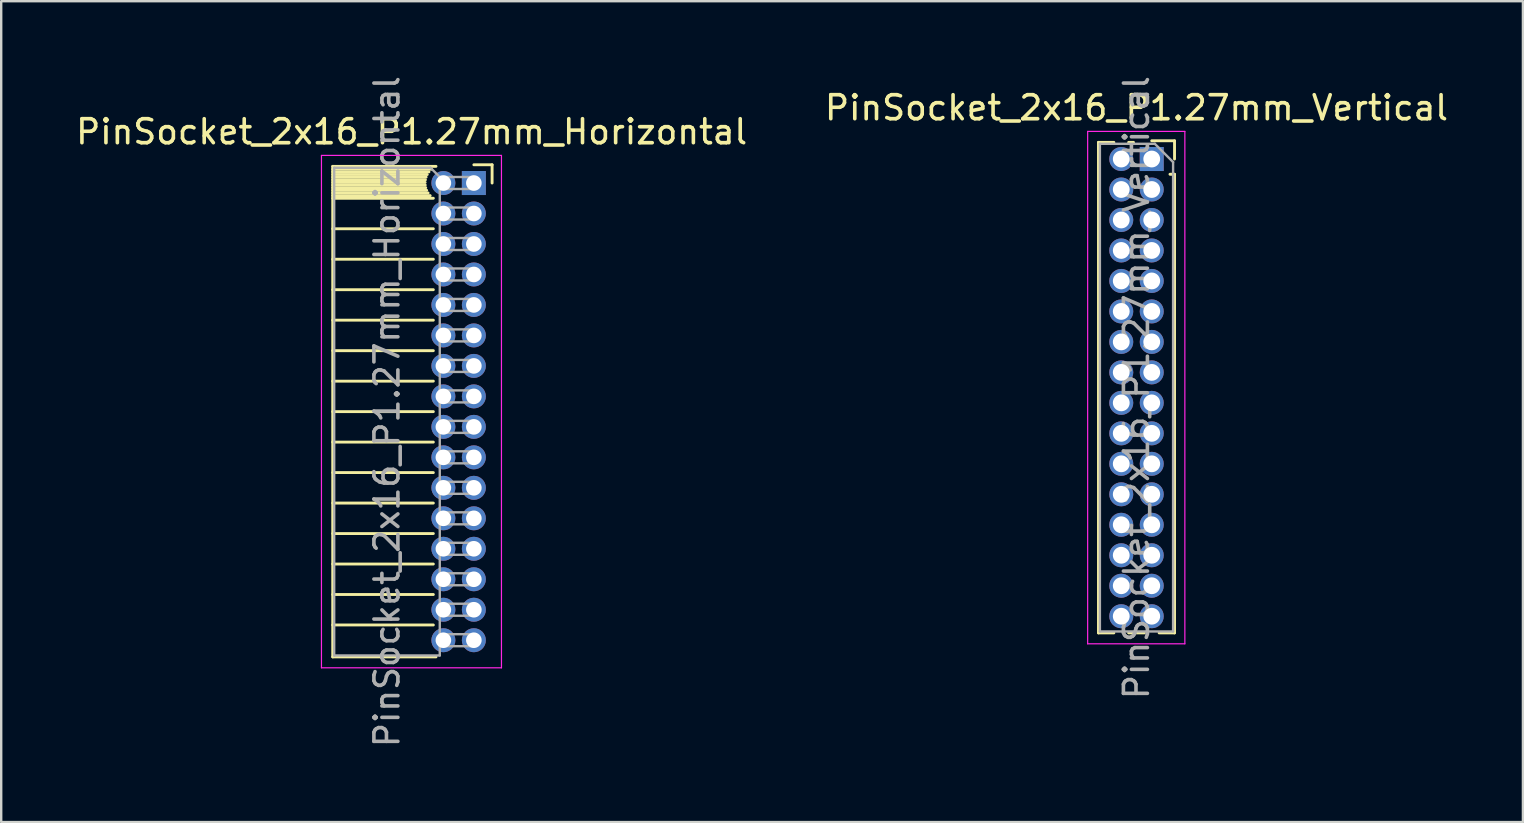
<source format=kicad_pcb>
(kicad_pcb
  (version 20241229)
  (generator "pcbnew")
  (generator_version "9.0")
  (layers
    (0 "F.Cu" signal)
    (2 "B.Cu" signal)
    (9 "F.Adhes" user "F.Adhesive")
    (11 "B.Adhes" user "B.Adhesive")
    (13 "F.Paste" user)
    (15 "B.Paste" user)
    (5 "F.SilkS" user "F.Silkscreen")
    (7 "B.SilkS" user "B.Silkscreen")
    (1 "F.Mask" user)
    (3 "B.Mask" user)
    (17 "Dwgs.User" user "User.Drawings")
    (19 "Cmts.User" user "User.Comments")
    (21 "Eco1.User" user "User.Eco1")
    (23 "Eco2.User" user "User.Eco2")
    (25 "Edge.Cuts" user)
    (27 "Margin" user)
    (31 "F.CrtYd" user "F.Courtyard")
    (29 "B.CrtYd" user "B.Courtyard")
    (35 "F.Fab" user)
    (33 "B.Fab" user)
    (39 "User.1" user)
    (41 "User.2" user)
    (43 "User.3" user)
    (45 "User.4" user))
  (footprint "PinSocket_2x16_P1.27mm_Horizontal"
    (layer "F.Cu")
    (at 16.694 4.576)
    (property "Reference" "PinSocket_2x16_P1.27mm_Horizontal" (at -2.592 -2.135 0) (layer "F.SilkS") (effects (font (size 1 1) (thickness 0.15))))
    (attr through_hole)
    (fp_line (start -5.88 -0.695) (end -5.88 19.745) (stroke (width 0.12) (type solid)) (layer "F.SilkS"))
    (fp_line (start -5.88 -0.695) (end -1.578 -0.695) (stroke (width 0.12) (type solid)) (layer "F.SilkS"))
    (fp_line (start -5.88 -0.575) (end -1.767 -0.575) (stroke (width 0.12) (type solid)) (layer "F.SilkS"))
    (fp_line (start -5.88 -0.465) (end -1.871 -0.465) (stroke (width 0.12) (type solid)) (layer "F.SilkS"))
    (fp_line (start -5.88 -0.355) (end -1.942 -0.355) (stroke (width 0.12) (type solid)) (layer "F.SilkS"))
    (fp_line (start -5.88 -0.245) (end -1.989 -0.245) (stroke (width 0.12) (type solid)) (layer "F.SilkS"))
    (fp_line (start -5.88 -0.135) (end -2.018 -0.135) (stroke (width 0.12) (type solid)) (layer "F.SilkS"))
    (fp_line (start -5.88 -0.025) (end -2.03 -0.025) (stroke (width 0.12) (type solid)) (layer "F.SilkS"))
    (fp_line (start -5.88 0.085) (end -2.025 0.085) (stroke (width 0.12) (type solid)) (layer "F.SilkS"))
    (fp_line (start -5.88 0.195) (end -2.005 0.195) (stroke (width 0.12) (type solid)) (layer "F.SilkS"))
    (fp_line (start -5.88 0.305) (end -1.966 0.305) (stroke (width 0.12) (type solid)) (layer "F.SilkS"))
    (fp_line (start -5.88 0.415) (end -1.907 0.415) (stroke (width 0.12) (type solid)) (layer "F.SilkS"))
    (fp_line (start -5.88 0.525) (end -1.82 0.525) (stroke (width 0.12) (type solid)) (layer "F.SilkS"))
    (fp_line (start -5.88 0.635) (end -1.688 0.635) (stroke (width 0.12) (type solid)) (layer "F.SilkS"))
    (fp_line (start -5.88 1.905) (end -1.688 1.905) (stroke (width 0.12) (type solid)) (layer "F.SilkS"))
    (fp_line (start -5.88 3.175) (end -1.688 3.175) (stroke (width 0.12) (type solid)) (layer "F.SilkS"))
    (fp_line (start -5.88 4.445) (end -1.688 4.445) (stroke (width 0.12) (type solid)) (layer "F.SilkS"))
    (fp_line (start -5.88 5.715) (end -1.688 5.715) (stroke (width 0.12) (type solid)) (layer "F.SilkS"))
    (fp_line (start -5.88 6.985) (end -1.688 6.985) (stroke (width 0.12) (type solid)) (layer "F.SilkS"))
    (fp_line (start -5.88 8.255) (end -1.688 8.255) (stroke (width 0.12) (type solid)) (layer "F.SilkS"))
    (fp_line (start -5.88 9.525) (end -1.688 9.525) (stroke (width 0.12) (type solid)) (layer "F.SilkS"))
    (fp_line (start -5.88 10.795) (end -1.688 10.795) (stroke (width 0.12) (type solid)) (layer "F.SilkS"))
    (fp_line (start -5.88 12.065) (end -1.688 12.065) (stroke (width 0.12) (type solid)) (layer "F.SilkS"))
    (fp_line (start -5.88 13.335) (end -1.688 13.335) (stroke (width 0.12) (type solid)) (layer "F.SilkS"))
    (fp_line (start -5.88 14.605) (end -1.688 14.605) (stroke (width 0.12) (type solid)) (layer "F.SilkS"))
    (fp_line (start -5.88 15.875) (end -1.688 15.875) (stroke (width 0.12) (type solid)) (layer "F.SilkS"))
    (fp_line (start -5.88 17.145) (end -1.688 17.145) (stroke (width 0.12) (type solid)) (layer "F.SilkS"))
    (fp_line (start -5.88 18.415) (end -1.688 18.415) (stroke (width 0.12) (type solid)) (layer "F.SilkS"))
    (fp_line (start -5.88 19.745) (end -1.578 19.745) (stroke (width 0.12) (type solid)) (layer "F.SilkS"))
    (fp_line (start 0 -0.76) (end 0.76 -0.76) (stroke (width 0.12) (type solid)) (layer "F.SilkS"))
    (fp_line (start 0.76 -0.76) (end 0.76 0) (stroke (width 0.12) (type solid)) (layer "F.SilkS"))
    (fp_line (start -6.35 -1.15) (end -6.35 20.2) (stroke (width 0.05) (type solid)) (layer "F.CrtYd"))
    (fp_line (start -6.35 20.2) (end 1.15 20.2) (stroke (width 0.05) (type solid)) (layer "F.CrtYd"))
    (fp_line (start 1.15 -1.15) (end -6.35 -1.15) (stroke (width 0.05) (type solid)) (layer "F.CrtYd"))
    (fp_line (start 1.15 20.2) (end 1.15 -1.15) (stroke (width 0.05) (type solid)) (layer "F.CrtYd"))
    (fp_line (start -5.82 -0.635) (end -1.805 -0.635) (stroke (width 0.1) (type solid)) (layer "F.Fab"))
    (fp_line (start -5.82 19.685) (end -5.82 -0.635) (stroke (width 0.1) (type solid)) (layer "F.Fab"))
    (fp_line (start -1.805 -0.635) (end -1.42 -0.25) (stroke (width 0.1) (type solid)) (layer "F.Fab"))
    (fp_line (start -1.42 -0.25) (end -1.42 19.685) (stroke (width 0.1) (type solid)) (layer "F.Fab"))
    (fp_line (start -1.42 0.25) (end 0 0.25) (stroke (width 0.1) (type solid)) (layer "F.Fab"))
    (fp_line (start -1.42 1.52) (end 0 1.52) (stroke (width 0.1) (type solid)) (layer "F.Fab"))
    (fp_line (start -1.42 2.79) (end 0 2.79) (stroke (width 0.1) (type solid)) (layer "F.Fab"))
    (fp_line (start -1.42 4.06) (end 0 4.06) (stroke (width 0.1) (type solid)) (layer "F.Fab"))
    (fp_line (start -1.42 5.33) (end 0 5.33) (stroke (width 0.1) (type solid)) (layer "F.Fab"))
    (fp_line (start -1.42 6.6) (end 0 6.6) (stroke (width 0.1) (type solid)) (layer "F.Fab"))
    (fp_line (start -1.42 7.87) (end 0 7.87) (stroke (width 0.1) (type solid)) (layer "F.Fab"))
    (fp_line (start -1.42 9.14) (end 0 9.14) (stroke (width 0.1) (type solid)) (layer "F.Fab"))
    (fp_line (start -1.42 10.41) (end 0 10.41) (stroke (width 0.1) (type solid)) (layer "F.Fab"))
    (fp_line (start -1.42 11.68) (end 0 11.68) (stroke (width 0.1) (type solid)) (layer "F.Fab"))
    (fp_line (start -1.42 12.95) (end 0 12.95) (stroke (width 0.1) (type solid)) (layer "F.Fab"))
    (fp_line (start -1.42 14.22) (end 0 14.22) (stroke (width 0.1) (type solid)) (layer "F.Fab"))
    (fp_line (start -1.42 15.49) (end 0 15.49) (stroke (width 0.1) (type solid)) (layer "F.Fab"))
    (fp_line (start -1.42 16.76) (end 0 16.76) (stroke (width 0.1) (type solid)) (layer "F.Fab"))
    (fp_line (start -1.42 18.03) (end 0 18.03) (stroke (width 0.1) (type solid)) (layer "F.Fab"))
    (fp_line (start -1.42 19.3) (end 0 19.3) (stroke (width 0.1) (type solid)) (layer "F.Fab"))
    (fp_line (start -1.42 19.685) (end -5.82 19.685) (stroke (width 0.1) (type solid)) (layer "F.Fab"))
    (fp_line (start 0 -0.25) (end -1.42 -0.25) (stroke (width 0.1) (type solid)) (layer "F.Fab"))
    (fp_line (start 0 0.25) (end 0 -0.25) (stroke (width 0.1) (type solid)) (layer "F.Fab"))
    (fp_line (start 0 1.02) (end -1.42 1.02) (stroke (width 0.1) (type solid)) (layer "F.Fab"))
    (fp_line (start 0 1.52) (end 0 1.02) (stroke (width 0.1) (type solid)) (layer "F.Fab"))
    (fp_line (start 0 2.29) (end -1.42 2.29) (stroke (width 0.1) (type solid)) (layer "F.Fab"))
    (fp_line (start 0 2.79) (end 0 2.29) (stroke (width 0.1) (type solid)) (layer "F.Fab"))
    (fp_line (start 0 3.56) (end -1.42 3.56) (stroke (width 0.1) (type solid)) (layer "F.Fab"))
    (fp_line (start 0 4.06) (end 0 3.56) (stroke (width 0.1) (type solid)) (layer "F.Fab"))
    (fp_line (start 0 4.83) (end -1.42 4.83) (stroke (width 0.1) (type solid)) (layer "F.Fab"))
    (fp_line (start 0 5.33) (end 0 4.83) (stroke (width 0.1) (type solid)) (layer "F.Fab"))
    (fp_line (start 0 6.1) (end -1.42 6.1) (stroke (width 0.1) (type solid)) (layer "F.Fab"))
    (fp_line (start 0 6.6) (end 0 6.1) (stroke (width 0.1) (type solid)) (layer "F.Fab"))
    (fp_line (start 0 7.37) (end -1.42 7.37) (stroke (width 0.1) (type solid)) (layer "F.Fab"))
    (fp_line (start 0 7.87) (end 0 7.37) (stroke (width 0.1) (type solid)) (layer "F.Fab"))
    (fp_line (start 0 8.64) (end -1.42 8.64) (stroke (width 0.1) (type solid)) (layer "F.Fab"))
    (fp_line (start 0 9.14) (end 0 8.64) (stroke (width 0.1) (type solid)) (layer "F.Fab"))
    (fp_line (start 0 9.91) (end -1.42 9.91) (stroke (width 0.1) (type solid)) (layer "F.Fab"))
    (fp_line (start 0 10.41) (end 0 9.91) (stroke (width 0.1) (type solid)) (layer "F.Fab"))
    (fp_line (start 0 11.18) (end -1.42 11.18) (stroke (width 0.1) (type solid)) (layer "F.Fab"))
    (fp_line (start 0 11.68) (end 0 11.18) (stroke (width 0.1) (type solid)) (layer "F.Fab"))
    (fp_line (start 0 12.45) (end -1.42 12.45) (stroke (width 0.1) (type solid)) (layer "F.Fab"))
    (fp_line (start 0 12.95) (end 0 12.45) (stroke (width 0.1) (type solid)) (layer "F.Fab"))
    (fp_line (start 0 13.72) (end -1.42 13.72) (stroke (width 0.1) (type solid)) (layer "F.Fab"))
    (fp_line (start 0 14.22) (end 0 13.72) (stroke (width 0.1) (type solid)) (layer "F.Fab"))
    (fp_line (start 0 14.99) (end -1.42 14.99) (stroke (width 0.1) (type solid)) (layer "F.Fab"))
    (fp_line (start 0 15.49) (end 0 14.99) (stroke (width 0.1) (type solid)) (layer "F.Fab"))
    (fp_line (start 0 16.26) (end -1.42 16.26) (stroke (width 0.1) (type solid)) (layer "F.Fab"))
    (fp_line (start 0 16.76) (end 0 16.26) (stroke (width 0.1) (type solid)) (layer "F.Fab"))
    (fp_line (start 0 17.53) (end -1.42 17.53) (stroke (width 0.1) (type solid)) (layer "F.Fab"))
    (fp_line (start 0 18.03) (end 0 17.53) (stroke (width 0.1) (type solid)) (layer "F.Fab"))
    (fp_line (start 0 18.8) (end -1.42 18.8) (stroke (width 0.1) (type solid)) (layer "F.Fab"))
    (fp_line (start 0 19.3) (end 0 18.8) (stroke (width 0.1) (type solid)) (layer "F.Fab"))
    (fp_text user "${REFERENCE}" (at -3.62 9.525 90) (layer "F.Fab") (effects (font (size 1 1) (thickness 0.15))))
    (pad "1" thru_hole rect (at 0 0) (size 1 1) (drill 0.65) (layers "*.Cu" "*.Mask"))
    (pad "2" thru_hole circle (at -1.27 0) (size 1 1) (drill 0.65) (layers "*.Cu" "*.Mask"))
    (pad "3" thru_hole circle (at 0 1.27) (size 1 1) (drill 0.65) (layers "*.Cu" "*.Mask"))
    (pad "4" thru_hole circle (at -1.27 1.27) (size 1 1) (drill 0.65) (layers "*.Cu" "*.Mask"))
    (pad "5" thru_hole circle (at 0 2.54) (size 1 1) (drill 0.65) (layers "*.Cu" "*.Mask"))
    (pad "6" thru_hole circle (at -1.27 2.54) (size 1 1) (drill 0.65) (layers "*.Cu" "*.Mask"))
    (pad "7" thru_hole circle (at 0 3.81) (size 1 1) (drill 0.65) (layers "*.Cu" "*.Mask"))
    (pad "8" thru_hole circle (at -1.27 3.81) (size 1 1) (drill 0.65) (layers "*.Cu" "*.Mask"))
    (pad "9" thru_hole circle (at 0 5.08) (size 1 1) (drill 0.65) (layers "*.Cu" "*.Mask"))
    (pad "10" thru_hole circle (at -1.27 5.08) (size 1 1) (drill 0.65) (layers "*.Cu" "*.Mask"))
    (pad "11" thru_hole circle (at 0 6.35) (size 1 1) (drill 0.65) (layers "*.Cu" "*.Mask"))
    (pad "12" thru_hole circle (at -1.27 6.35) (size 1 1) (drill 0.65) (layers "*.Cu" "*.Mask"))
    (pad "13" thru_hole circle (at 0 7.62) (size 1 1) (drill 0.65) (layers "*.Cu" "*.Mask"))
    (pad "14" thru_hole circle (at -1.27 7.62) (size 1 1) (drill 0.65) (layers "*.Cu" "*.Mask"))
    (pad "15" thru_hole circle (at 0 8.89) (size 1 1) (drill 0.65) (layers "*.Cu" "*.Mask"))
    (pad "16" thru_hole circle (at -1.27 8.89) (size 1 1) (drill 0.65) (layers "*.Cu" "*.Mask"))
    (pad "17" thru_hole circle (at 0 10.16) (size 1 1) (drill 0.65) (layers "*.Cu" "*.Mask"))
    (pad "18" thru_hole circle (at -1.27 10.16) (size 1 1) (drill 0.65) (layers "*.Cu" "*.Mask"))
    (pad "19" thru_hole circle (at 0 11.43) (size 1 1) (drill 0.65) (layers "*.Cu" "*.Mask"))
    (pad "20" thru_hole circle (at -1.27 11.43) (size 1 1) (drill 0.65) (layers "*.Cu" "*.Mask"))
    (pad "21" thru_hole circle (at 0 12.7) (size 1 1) (drill 0.65) (layers "*.Cu" "*.Mask"))
    (pad "22" thru_hole circle (at -1.27 12.7) (size 1 1) (drill 0.65) (layers "*.Cu" "*.Mask"))
    (pad "23" thru_hole circle (at 0 13.97) (size 1 1) (drill 0.65) (layers "*.Cu" "*.Mask"))
    (pad "24" thru_hole circle (at -1.27 13.97) (size 1 1) (drill 0.65) (layers "*.Cu" "*.Mask"))
    (pad "25" thru_hole circle (at 0 15.24) (size 1 1) (drill 0.65) (layers "*.Cu" "*.Mask"))
    (pad "26" thru_hole circle (at -1.27 15.24) (size 1 1) (drill 0.65) (layers "*.Cu" "*.Mask"))
    (pad "27" thru_hole circle (at 0 16.51) (size 1 1) (drill 0.65) (layers "*.Cu" "*.Mask"))
    (pad "28" thru_hole circle (at -1.27 16.51) (size 1 1) (drill 0.65) (layers "*.Cu" "*.Mask"))
    (pad "29" thru_hole circle (at 0 17.78) (size 1 1) (drill 0.65) (layers "*.Cu" "*.Mask"))
    (pad "30" thru_hole circle (at -1.27 17.78) (size 1 1) (drill 0.65) (layers "*.Cu" "*.Mask"))
    (pad "31" thru_hole circle (at 0 19.05) (size 1 1) (drill 0.65) (layers "*.Cu" "*.Mask"))
    (pad "32" thru_hole circle (at -1.27 19.05) (size 1 1) (drill 0.65) (layers "*.Cu" "*.Mask")))
  (footprint "PinSocket_2x16_P1.27mm_Vertical"
    (layer "F.Cu")
    (at 44.939 3.576)
    (property "Reference" "PinSocket_2x16_P1.27mm_Vertical" (at -0.635 -2.135 0) (layer "F.SilkS") (effects (font (size 1 1) (thickness 0.15))))
    (attr through_hole)
    (fp_line (start -2.22 -0.695) (end -2.22 19.745) (stroke (width 0.12) (type solid)) (layer "F.SilkS"))
    (fp_line (start -2.22 -0.695) (end -1.578 -0.695) (stroke (width 0.12) (type solid)) (layer "F.SilkS"))
    (fp_line (start -2.22 19.745) (end -1.578 19.745) (stroke (width 0.12) (type solid)) (layer "F.SilkS"))
    (fp_line (start -0.962 -0.695) (end -0.76 -0.695) (stroke (width 0.12) (type solid)) (layer "F.SilkS"))
    (fp_line (start -0.962 19.745) (end -0.308 19.745) (stroke (width 0.12) (type solid)) (layer "F.SilkS"))
    (fp_line (start 0 -0.76) (end 0.95 -0.76) (stroke (width 0.12) (type solid)) (layer "F.SilkS"))
    (fp_line (start 0.308 19.745) (end 0.95 19.745) (stroke (width 0.12) (type solid)) (layer "F.SilkS"))
    (fp_line (start 0.76 0.635) (end 0.95 0.635) (stroke (width 0.12) (type solid)) (layer "F.SilkS"))
    (fp_line (start 0.95 -0.76) (end 0.95 0) (stroke (width 0.12) (type solid)) (layer "F.SilkS"))
    (fp_line (start 0.95 0.635) (end 0.95 19.745) (stroke (width 0.12) (type solid)) (layer "F.SilkS"))
    (fp_line (start -2.67 -1.15) (end 1.38 -1.15) (stroke (width 0.05) (type solid)) (layer "F.CrtYd"))
    (fp_line (start -2.67 20.2) (end -2.67 -1.15) (stroke (width 0.05) (type solid)) (layer "F.CrtYd"))
    (fp_line (start 1.38 -1.15) (end 1.38 20.2) (stroke (width 0.05) (type solid)) (layer "F.CrtYd"))
    (fp_line (start 1.38 20.2) (end -2.67 20.2) (stroke (width 0.05) (type solid)) (layer "F.CrtYd"))
    (fp_line (start -2.16 -0.635) (end 0.128 -0.635) (stroke (width 0.1) (type solid)) (layer "F.Fab"))
    (fp_line (start -2.16 19.685) (end -2.16 -0.635) (stroke (width 0.1) (type solid)) (layer "F.Fab"))
    (fp_line (start 0.128 -0.635) (end 0.89 0.128) (stroke (width 0.1) (type solid)) (layer "F.Fab"))
    (fp_line (start 0.89 0.128) (end 0.89 19.685) (stroke (width 0.1) (type solid)) (layer "F.Fab"))
    (fp_line (start 0.89 19.685) (end -2.16 19.685) (stroke (width 0.1) (type solid)) (layer "F.Fab"))
    (fp_text user "${REFERENCE}" (at -0.635 9.525 90) (layer "F.Fab") (effects (font (size 1 1) (thickness 0.15))))
    (pad "1" thru_hole rect (at 0 0) (size 1 1) (drill 0.7) (layers "*.Cu" "*.Mask"))
    (pad "2" thru_hole circle (at -1.27 0) (size 1 1) (drill 0.7) (layers "*.Cu" "*.Mask"))
    (pad "3" thru_hole circle (at 0 1.27) (size 1 1) (drill 0.7) (layers "*.Cu" "*.Mask"))
    (pad "4" thru_hole circle (at -1.27 1.27) (size 1 1) (drill 0.7) (layers "*.Cu" "*.Mask"))
    (pad "5" thru_hole circle (at 0 2.54) (size 1 1) (drill 0.7) (layers "*.Cu" "*.Mask"))
    (pad "6" thru_hole circle (at -1.27 2.54) (size 1 1) (drill 0.7) (layers "*.Cu" "*.Mask"))
    (pad "7" thru_hole circle (at 0 3.81) (size 1 1) (drill 0.7) (layers "*.Cu" "*.Mask"))
    (pad "8" thru_hole circle (at -1.27 3.81) (size 1 1) (drill 0.7) (layers "*.Cu" "*.Mask"))
    (pad "9" thru_hole circle (at 0 5.08) (size 1 1) (drill 0.7) (layers "*.Cu" "*.Mask"))
    (pad "10" thru_hole circle (at -1.27 5.08) (size 1 1) (drill 0.7) (layers "*.Cu" "*.Mask"))
    (pad "11" thru_hole circle (at 0 6.35) (size 1 1) (drill 0.7) (layers "*.Cu" "*.Mask"))
    (pad "12" thru_hole circle (at -1.27 6.35) (size 1 1) (drill 0.7) (layers "*.Cu" "*.Mask"))
    (pad "13" thru_hole circle (at 0 7.62) (size 1 1) (drill 0.7) (layers "*.Cu" "*.Mask"))
    (pad "14" thru_hole circle (at -1.27 7.62) (size 1 1) (drill 0.7) (layers "*.Cu" "*.Mask"))
    (pad "15" thru_hole circle (at 0 8.89) (size 1 1) (drill 0.7) (layers "*.Cu" "*.Mask"))
    (pad "16" thru_hole circle (at -1.27 8.89) (size 1 1) (drill 0.7) (layers "*.Cu" "*.Mask"))
    (pad "17" thru_hole circle (at 0 10.16) (size 1 1) (drill 0.7) (layers "*.Cu" "*.Mask"))
    (pad "18" thru_hole circle (at -1.27 10.16) (size 1 1) (drill 0.7) (layers "*.Cu" "*.Mask"))
    (pad "19" thru_hole circle (at 0 11.43) (size 1 1) (drill 0.7) (layers "*.Cu" "*.Mask"))
    (pad "20" thru_hole circle (at -1.27 11.43) (size 1 1) (drill 0.7) (layers "*.Cu" "*.Mask"))
    (pad "21" thru_hole circle (at 0 12.7) (size 1 1) (drill 0.7) (layers "*.Cu" "*.Mask"))
    (pad "22" thru_hole circle (at -1.27 12.7) (size 1 1) (drill 0.7) (layers "*.Cu" "*.Mask"))
    (pad "23" thru_hole circle (at 0 13.97) (size 1 1) (drill 0.7) (layers "*.Cu" "*.Mask"))
    (pad "24" thru_hole circle (at -1.27 13.97) (size 1 1) (drill 0.7) (layers "*.Cu" "*.Mask"))
    (pad "25" thru_hole circle (at 0 15.24) (size 1 1) (drill 0.7) (layers "*.Cu" "*.Mask"))
    (pad "26" thru_hole circle (at -1.27 15.24) (size 1 1) (drill 0.7) (layers "*.Cu" "*.Mask"))
    (pad "27" thru_hole circle (at 0 16.51) (size 1 1) (drill 0.7) (layers "*.Cu" "*.Mask"))
    (pad "28" thru_hole circle (at -1.27 16.51) (size 1 1) (drill 0.7) (layers "*.Cu" "*.Mask"))
    (pad "29" thru_hole circle (at 0 17.78) (size 1 1) (drill 0.7) (layers "*.Cu" "*.Mask"))
    (pad "30" thru_hole circle (at -1.27 17.78) (size 1 1) (drill 0.7) (layers "*.Cu" "*.Mask"))
    (pad "31" thru_hole circle (at 0 19.05) (size 1 1) (drill 0.7) (layers "*.Cu" "*.Mask"))
    (pad "32" thru_hole circle (at -1.27 19.05) (size 1 1) (drill 0.7) (layers "*.Cu" "*.Mask")))
  (gr_rect
    (start -3 -3)
    (end 60.405 31.202)
    (stroke (width 0.1) (type default))
    (fill no)
    (layer "Edge.Cuts")))
</source>
